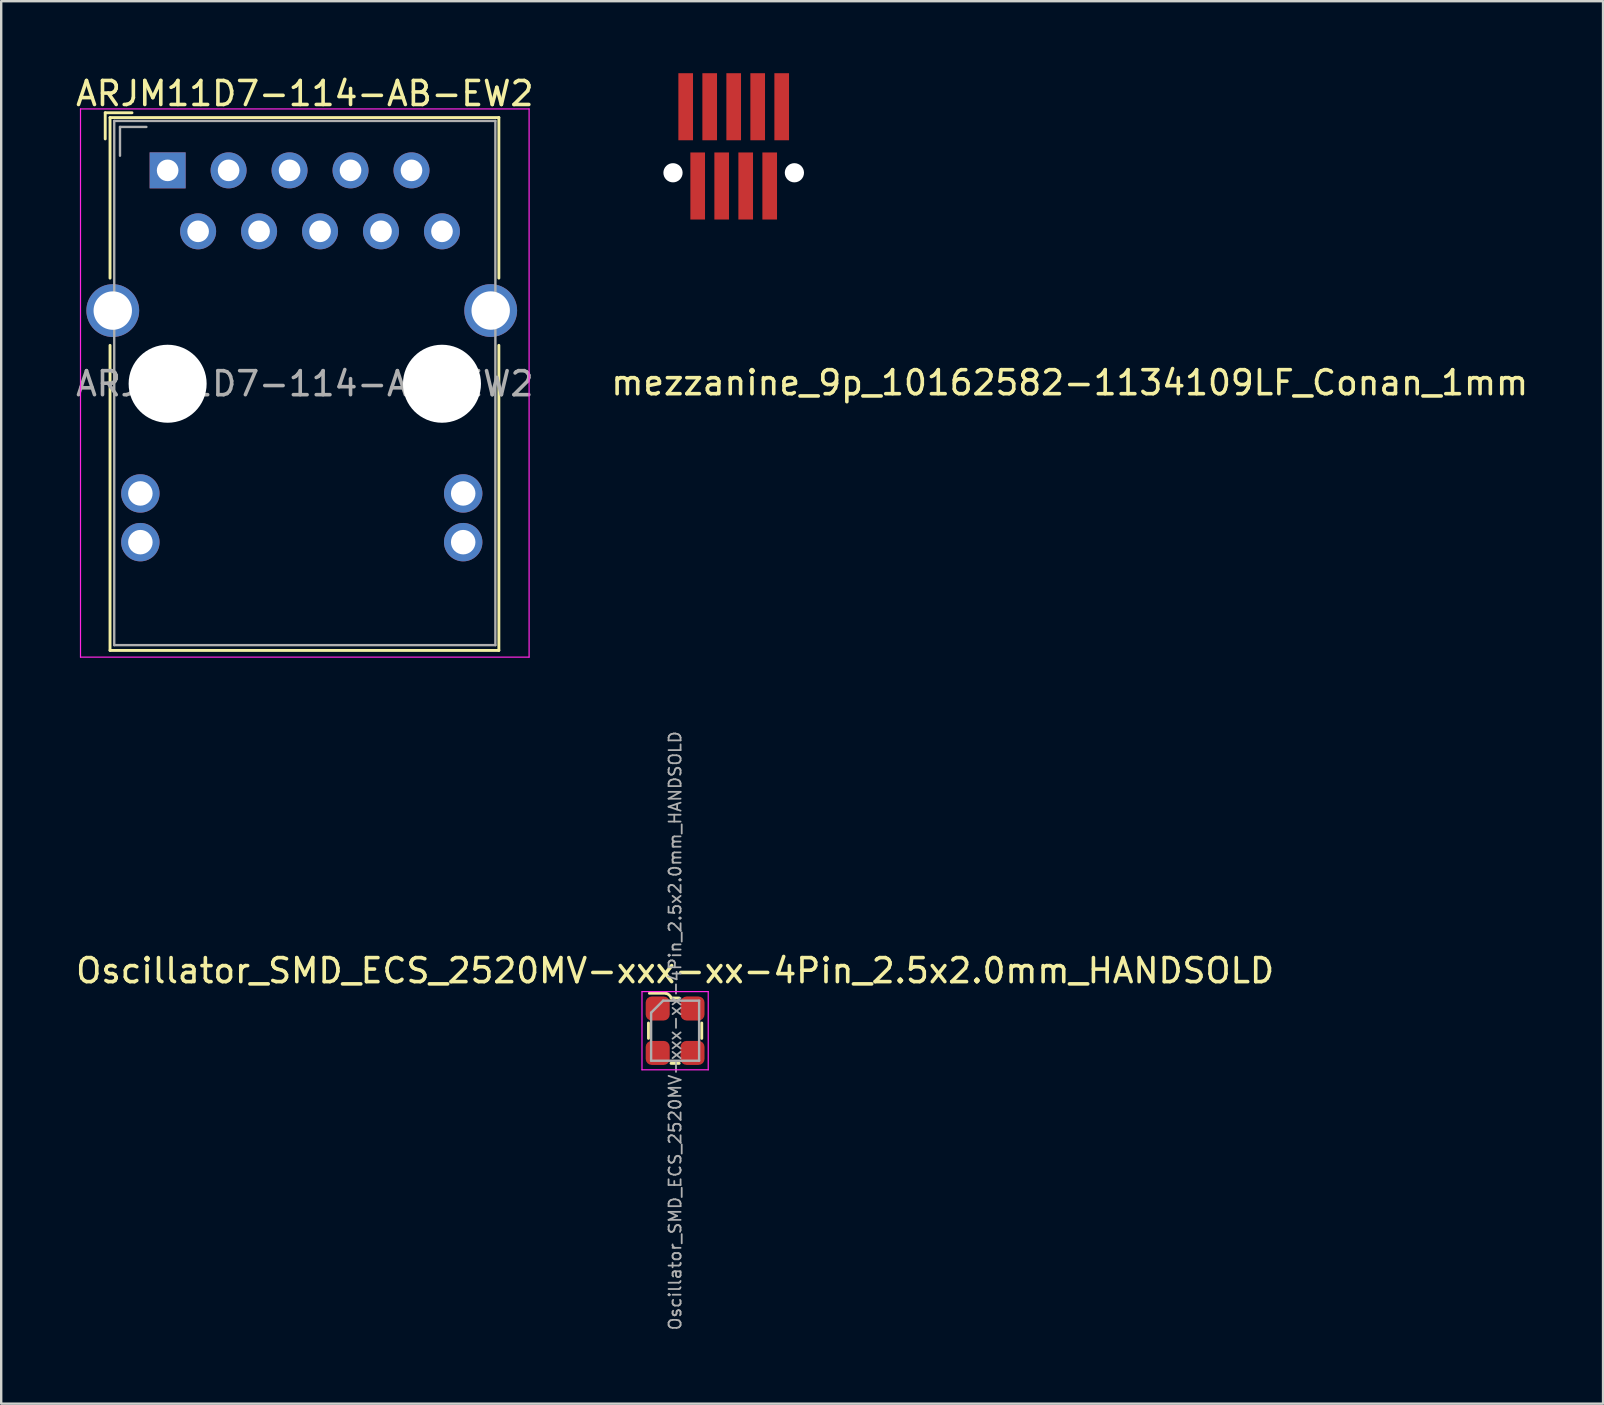
<source format=kicad_pcb>
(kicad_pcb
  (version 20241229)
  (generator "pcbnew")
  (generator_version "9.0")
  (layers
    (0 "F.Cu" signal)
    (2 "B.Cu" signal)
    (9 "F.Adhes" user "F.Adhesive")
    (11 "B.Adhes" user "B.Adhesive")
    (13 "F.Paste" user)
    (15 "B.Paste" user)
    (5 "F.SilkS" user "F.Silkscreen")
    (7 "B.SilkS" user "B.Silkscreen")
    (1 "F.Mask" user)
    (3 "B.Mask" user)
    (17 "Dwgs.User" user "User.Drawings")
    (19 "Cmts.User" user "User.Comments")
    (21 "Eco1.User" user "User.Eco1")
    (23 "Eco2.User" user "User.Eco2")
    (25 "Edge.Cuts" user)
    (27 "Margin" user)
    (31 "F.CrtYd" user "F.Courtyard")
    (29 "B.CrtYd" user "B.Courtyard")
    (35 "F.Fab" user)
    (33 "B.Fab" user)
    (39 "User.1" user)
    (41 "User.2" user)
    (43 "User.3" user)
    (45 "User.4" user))
  (footprint "mezzanine_9p_10162582-1134109LF_Conan_1mm"
    (layer "F.Cu")
    (at 41.518 12.397)
    (property "Reference" "mezzanine_9p_10162582-1134109LF_Conan_1mm" (at 0 0.5 0) (layer "F.SilkS") (effects (font (size 1 1) (thickness 0.15))))
    (attr through_hole)
    (pad "" smd rect (at -17.723 -9.349) (size 1.397 6.096) (layers "F.Paste"))
    (pad "" np_thru_hole circle (at -16.529 -8.249) (size 0.8 0.8) (drill 0.8) (layers "*.Cu" "*.Mask"))
    (pad "" np_thru_hole circle (at -11.471 -8.249) (size 0.8 0.8) (drill 0.8) (layers "*.Cu" "*.Mask"))
    (pad "" smd rect (at -10.277 -9.349) (size 1.397 6.096) (layers "F.Paste"))
    (pad "1" smd rect (at -16 -11) (size 0.61 2.794) (layers "F.Cu" "F.Mask" "F.Paste"))
    (pad "2" smd rect (at -15.5 -7.698) (size 0.61 2.794) (layers "F.Cu" "F.Mask" "F.Paste"))
    (pad "3" smd rect (at -15 -11) (size 0.61 2.794) (layers "F.Cu" "F.Mask" "F.Paste"))
    (pad "4" smd rect (at -14.5 -7.698) (size 0.61 2.794) (layers "F.Cu" "F.Mask" "F.Paste"))
    (pad "5" smd rect (at -14 -11) (size 0.61 2.794) (layers "F.Cu" "F.Mask" "F.Paste"))
    (pad "6" smd rect (at -13.5 -7.698) (size 0.61 2.794) (layers "F.Cu" "F.Mask" "F.Paste"))
    (pad "7" smd rect (at -13 -11) (size 0.61 2.794) (layers "F.Cu" "F.Mask" "F.Paste"))
    (pad "8" smd rect (at -12.5 -7.698) (size 0.61 2.794) (layers "F.Cu" "F.Mask" "F.Paste"))
    (pad "9" smd rect (at -12 -11) (size 0.61 2.794) (layers "F.Cu" "F.Mask" "F.Paste")))
  (footprint "ARJM11D7-114-AB-EW2"
    (layer "F.Cu")
    (at 3.934 4.048)
    (property "Reference" "ARJM11D7-114-AB-EW2" (at 5.715 -3.2 180) (layer "F.SilkS") (effects (font (size 1 1) (thickness 0.15))))
    (attr through_hole)
    (fp_line (start -2.6 -2.4) (end -1.485 -2.4) (stroke (width 0.12) (type solid)) (layer "F.SilkS"))
    (fp_line (start -2.6 -1.31) (end -2.6 -2.4) (stroke (width 0.12) (type solid)) (layer "F.SilkS"))
    (fp_line (start -2.4 -2.2) (end -2.4 4.49) (stroke (width 0.12) (type solid)) (layer "F.SilkS"))
    (fp_line (start -2.4 7.29) (end -2.4 20) (stroke (width 0.12) (type solid)) (layer "F.SilkS"))
    (fp_line (start 13.8 -2.2) (end -2.4 -2.2) (stroke (width 0.12) (type solid)) (layer "F.SilkS"))
    (fp_line (start 13.8 4.49) (end 13.8 -2.2) (stroke (width 0.12) (type solid)) (layer "F.SilkS"))
    (fp_line (start 13.8 20) (end -2.4 20) (stroke (width 0.12) (type solid)) (layer "F.SilkS"))
    (fp_line (start 13.8 20) (end 13.8 7.29) (stroke (width 0.12) (type solid)) (layer "F.SilkS"))
    (fp_line (start -3.63 -2.56) (end 15.06 -2.56) (stroke (width 0.05) (type solid)) (layer "F.CrtYd"))
    (fp_line (start -3.63 20.28) (end -3.63 -2.56) (stroke (width 0.05) (type solid)) (layer "F.CrtYd"))
    (fp_line (start 15.06 -2.56) (end 15.06 20.28) (stroke (width 0.05) (type solid)) (layer "F.CrtYd"))
    (fp_line (start 15.06 20.28) (end -3.63 20.28) (stroke (width 0.05) (type solid)) (layer "F.CrtYd"))
    (fp_line (start -2.225 19.78) (end -2.225 -2.06) (stroke (width 0.1) (type solid)) (layer "F.Fab"))
    (fp_line (start -1.985 -1.81) (end -0.885 -1.81) (stroke (width 0.1) (type solid)) (layer "F.Fab"))
    (fp_line (start -1.985 -0.61) (end -1.985 -1.81) (stroke (width 0.1) (type solid)) (layer "F.Fab"))
    (fp_line (start 13.655 -2.06) (end -2.225 -2.06) (stroke (width 0.1) (type solid)) (layer "F.Fab"))
    (fp_line (start 13.655 19.78) (end -2.225 19.78) (stroke (width 0.1) (type solid)) (layer "F.Fab"))
    (fp_line (start 13.655 19.78) (end 13.655 -2.06) (stroke (width 0.1) (type solid)) (layer "F.Fab"))
    (fp_text user "${REFERENCE}" (at 5.715 8.89 180) (layer "F.Fab") (effects (font (size 1 1) (thickness 0.15))))
    (pad "" np_thru_hole circle (at 0 8.89 180) (size 3.25 3.25) (drill 3.25) (layers "*.Cu" "*.Mask"))
    (pad "" np_thru_hole circle (at 11.43 8.89 180) (size 3.25 3.25) (drill 3.25) (layers "*.Cu" "*.Mask"))
    (pad "1" thru_hole rect (at 0 0 180) (size 1.5 1.5) (drill 0.9) (layers "*.Cu" "*.Mask"))
    (pad "2" thru_hole circle (at 1.27 2.54 180) (size 1.5 1.5) (drill 0.9) (layers "*.Cu" "*.Mask"))
    (pad "3" thru_hole circle (at 2.54 0 180) (size 1.5 1.5) (drill 0.9) (layers "*.Cu" "*.Mask"))
    (pad "4" thru_hole circle (at 3.81 2.54 180) (size 1.5 1.5) (drill 0.9) (layers "*.Cu" "*.Mask"))
    (pad "5" thru_hole circle (at 5.08 0 180) (size 1.5 1.5) (drill 0.9) (layers "*.Cu" "*.Mask"))
    (pad "6" thru_hole circle (at 6.35 2.54 180) (size 1.5 1.5) (drill 0.9) (layers "*.Cu" "*.Mask"))
    (pad "7" thru_hole circle (at 7.62 0 180) (size 1.5 1.5) (drill 0.9) (layers "*.Cu" "*.Mask"))
    (pad "8" thru_hole circle (at 8.89 2.54 180) (size 1.5 1.5) (drill 0.9) (layers "*.Cu" "*.Mask"))
    (pad "9" thru_hole circle (at 10.16 0 180) (size 1.5 1.5) (drill 0.9) (layers "*.Cu" "*.Mask"))
    (pad "10" thru_hole circle (at 11.43 2.54 180) (size 1.5 1.5) (drill 0.9) (layers "*.Cu" "*.Mask"))
    (pad "11" thru_hole circle (at 12.314 13.46 180) (size 1.6 1.6) (drill 1.02) (layers "*.Cu" "*.Mask"))
    (pad "12" thru_hole circle (at 12.314 15.49 180) (size 1.6 1.6) (drill 1.02) (layers "*.Cu" "*.Mask"))
    (pad "13" thru_hole circle (at -1.136 13.46 180) (size 1.6 1.6) (drill 1.02) (layers "*.Cu" "*.Mask"))
    (pad "14" thru_hole circle (at -1.136 15.49 180) (size 1.6 1.6) (drill 1.02) (layers "*.Cu" "*.Mask"))
    (pad "SH" thru_hole circle (at -2.286 5.842 180) (size 2.2 2.2) (drill 1.6) (layers "*.Cu" "*.Mask"))
    (pad "SH" thru_hole circle (at 13.46 5.84 180) (size 2.2 2.2) (drill 1.6) (layers "*.Cu" "*.Mask")))
  (footprint "Oscillator_SMD_ECS_2520MV-xxx-xx-4Pin_2.5x2.0mm_HANDSOLD"
    (layer "F.Cu")
    (at 25.077 39.892)
    (property "Reference" "Oscillator_SMD_ECS_2520MV-xxx-xx-4Pin_2.5x2.0mm_HANDSOLD" (at 0 -2.5 0) (layer "F.SilkS") (effects (font (size 1 1) (thickness 0.15))))
    (attr smd)
    (fp_line (start -1.11 0.32) (end -1.11 -0.32) (stroke (width 0.12) (type solid)) (layer "F.SilkS"))
    (fp_line (start -0.38 -1.56) (end -1.07 -1.56) (stroke (width 0.12) (type solid)) (layer "F.SilkS"))
    (fp_line (start -0.17 1.36) (end 0.17 1.36) (stroke (width 0.12) (type solid)) (layer "F.SilkS"))
    (fp_line (start -0.16 -1.36) (end 0.17 -1.36) (stroke (width 0.12) (type solid)) (layer "F.SilkS"))
    (fp_line (start 1.11 0.32) (end 1.11 -0.32) (stroke (width 0.12) (type solid)) (layer "F.SilkS"))
    (fp_arc (start -0.38 -1.56) (mid -0.246393 -1.485967) (end -0.16 -1.36) (stroke (width 0.12) (type solid)) (layer "F.SilkS"))
    (fp_line (start -1.38 -1.63) (end -1.38 1.63) (stroke (width 0.05) (type solid)) (layer "F.CrtYd"))
    (fp_line (start -1.38 -1.63) (end 1.38 -1.63) (stroke (width 0.05) (type solid)) (layer "F.CrtYd"))
    (fp_line (start -1.38 1.63) (end 1.38 1.63) (stroke (width 0.05) (type solid)) (layer "F.CrtYd"))
    (fp_line (start 1.38 -1.63) (end 1.38 1.63) (stroke (width 0.05) (type solid)) (layer "F.CrtYd"))
    (fp_line (start -1 -0.75) (end -1 1.25) (stroke (width 0.1) (type solid)) (layer "F.Fab"))
    (fp_line (start -1 -0.75) (end -0.5 -1.25) (stroke (width 0.1) (type solid)) (layer "F.Fab"))
    (fp_line (start -1 1.25) (end 1 1.25) (stroke (width 0.1) (type solid)) (layer "F.Fab"))
    (fp_line (start -0.5 -1.25) (end 1 -1.25) (stroke (width 0.1) (type solid)) (layer "F.Fab"))
    (fp_line (start 1 -1.25) (end 1 1.25) (stroke (width 0.1) (type solid)) (layer "F.Fab"))
    (fp_text user "${REFERENCE}" (at 0 0 90) (layer "F.Fab") (effects (font (size 0.5 0.5) (thickness 0.075))))
    (pad "1" smd roundrect (at -0.725 -0.925) (size 1 1) (layers "F.Cu" "F.Mask" "F.Paste") (roundrect_rratio 0.25))
    (pad "2" smd roundrect (at -0.725 0.925) (size 1 1) (layers "F.Cu" "F.Mask" "F.Paste") (roundrect_rratio 0.25))
    (pad "3" smd roundrect (at 0.725 0.925) (size 1 1) (layers "F.Cu" "F.Mask" "F.Paste") (roundrect_rratio 0.25))
    (pad "4" smd roundrect (at 0.725 -0.925) (size 1 1) (layers "F.Cu" "F.Mask" "F.Paste") (roundrect_rratio 0.25)))
  (gr_rect
    (start -3 -3)
    (end 63.738 55.431)
    (stroke (width 0.1) (type default))
    (fill no)
    (layer "Edge.Cuts")))
</source>
